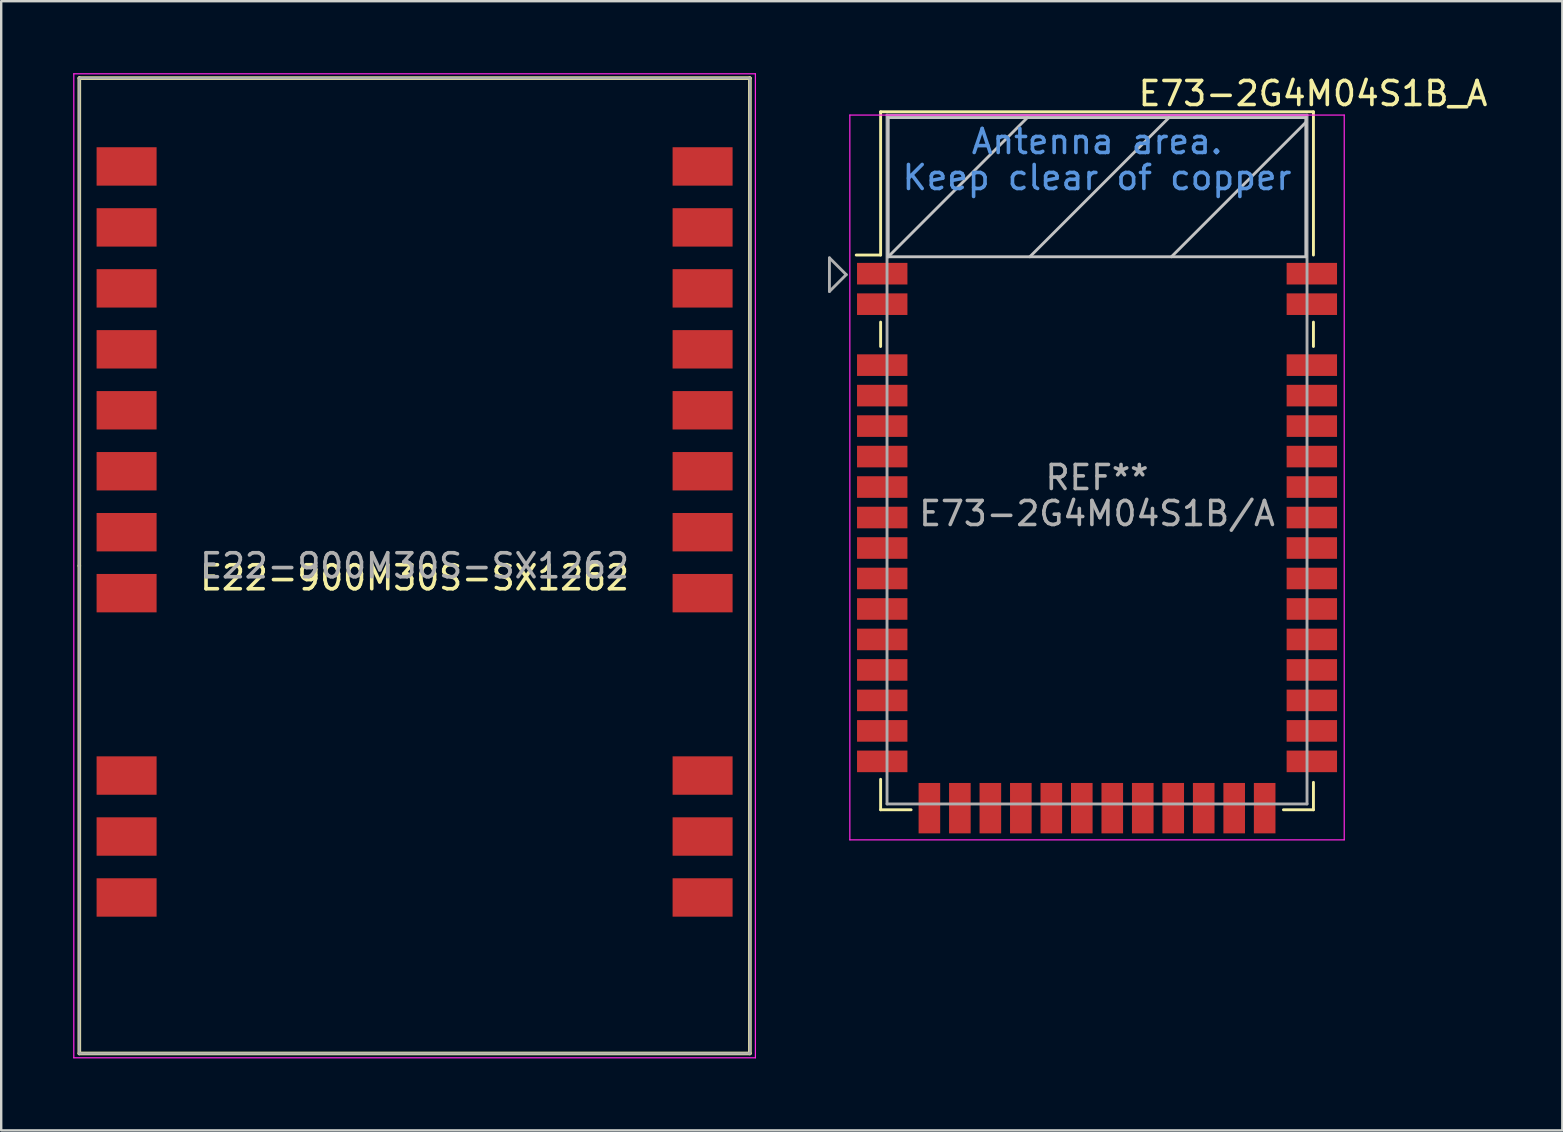
<source format=kicad_pcb>
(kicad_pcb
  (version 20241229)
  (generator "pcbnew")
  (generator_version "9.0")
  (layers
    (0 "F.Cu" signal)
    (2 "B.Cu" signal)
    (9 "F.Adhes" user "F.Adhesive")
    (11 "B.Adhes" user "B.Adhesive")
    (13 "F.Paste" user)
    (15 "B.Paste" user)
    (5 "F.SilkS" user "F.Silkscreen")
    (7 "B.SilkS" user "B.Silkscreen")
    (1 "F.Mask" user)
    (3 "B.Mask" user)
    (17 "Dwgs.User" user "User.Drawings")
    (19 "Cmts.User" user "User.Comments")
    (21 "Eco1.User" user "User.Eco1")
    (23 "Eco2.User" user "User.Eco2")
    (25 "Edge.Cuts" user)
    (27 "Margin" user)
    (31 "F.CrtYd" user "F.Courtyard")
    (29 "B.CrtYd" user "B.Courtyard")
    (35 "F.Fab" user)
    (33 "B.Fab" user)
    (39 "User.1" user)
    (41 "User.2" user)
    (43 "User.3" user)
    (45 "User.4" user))
  (footprint "E22-900M30S-SX1262"
    (layer "F.Cu")
    (at 14.225 20.525)
    (property "Reference" "E22-900M30S-SX1262" (at 0 0.5 0) (layer "F.SilkS") (effects (font (size 1 1) (thickness 0.15))))
    (attr smd)
    (fp_line (start -13.97 -20.32) (end -13.97 0) (stroke (width 0.15) (type solid)) (layer "F.SilkS"))
    (fp_line (start -13.97 0) (end -13.97 20.32) (stroke (width 0.15) (type solid)) (layer "F.SilkS"))
    (fp_line (start -13.97 20.32) (end 13.97 20.32) (stroke (width 0.15) (type solid)) (layer "F.SilkS"))
    (fp_line (start 13.97 -20.32) (end -13.97 -20.32) (stroke (width 0.15) (type solid)) (layer "F.SilkS"))
    (fp_line (start 13.97 20.32) (end 13.97 -20.32) (stroke (width 0.15) (type solid)) (layer "F.SilkS"))
    (fp_line (start -14.2 -20.5) (end 14.2 -20.5) (stroke (width 0.05) (type solid)) (layer "F.CrtYd"))
    (fp_line (start -14.2 20.5) (end -14.2 -20.5) (stroke (width 0.05) (type solid)) (layer "F.CrtYd"))
    (fp_line (start 14.2 -20.5) (end 14.2 20.5) (stroke (width 0.05) (type solid)) (layer "F.CrtYd"))
    (fp_line (start 14.2 20.5) (end -14.2 20.5) (stroke (width 0.05) (type solid)) (layer "F.CrtYd"))
    (fp_line (start -13.97 -20.32) (end -13.97 20.32) (stroke (width 0.1) (type solid)) (layer "F.Fab"))
    (fp_line (start -13.97 20.32) (end 13.97 20.32) (stroke (width 0.1) (type solid)) (layer "F.Fab"))
    (fp_line (start 13.97 -20.32) (end -13.97 -20.32) (stroke (width 0.1) (type solid)) (layer "F.Fab"))
    (fp_line (start 13.97 20.32) (end 13.97 -20.32) (stroke (width 0.1) (type solid)) (layer "F.Fab"))
    (fp_text user "${REFERENCE}" (at 0 0 0) (layer "F.Fab") (effects (font (size 1 1) (thickness 0.15))))
    (pad "1" smd rect (at 12 13.82) (size 2.5 1.6) (layers "F.Cu" "F.Mask" "F.Paste"))
    (pad "2" smd rect (at 12 11.28) (size 2.5 1.6) (layers "F.Cu" "F.Mask" "F.Paste"))
    (pad "3" smd rect (at 12 8.74) (size 2.5 1.6) (layers "F.Cu" "F.Mask" "F.Paste"))
    (pad "4" smd rect (at 12 1.14) (size 2.5 1.6) (layers "F.Cu" "F.Mask" "F.Paste"))
    (pad "5" smd rect (at 12 -1.4) (size 2.5 1.6) (layers "F.Cu" "F.Mask" "F.Paste"))
    (pad "6" smd rect (at 12 -3.94) (size 2.5 1.6) (layers "F.Cu" "F.Mask" "F.Paste"))
    (pad "7" smd rect (at 12 -6.48) (size 2.5 1.6) (layers "F.Cu" "F.Mask" "F.Paste"))
    (pad "8" smd rect (at 12 -9.02) (size 2.5 1.6) (layers "F.Cu" "F.Mask" "F.Paste"))
    (pad "9" smd rect (at 12 -11.56) (size 2.5 1.6) (layers "F.Cu" "F.Mask" "F.Paste"))
    (pad "10" smd rect (at 12 -14.1) (size 2.5 1.6) (layers "F.Cu" "F.Mask" "F.Paste"))
    (pad "11" smd rect (at 12 -16.64) (size 2.5 1.6) (layers "F.Cu" "F.Mask" "F.Paste"))
    (pad "12" smd rect (at -12 -16.64) (size 2.5 1.6) (layers "F.Cu" "F.Mask" "F.Paste"))
    (pad "13" smd rect (at -12 -14.1) (size 2.5 1.6) (layers "F.Cu" "F.Mask" "F.Paste"))
    (pad "14" smd rect (at -12 -11.56) (size 2.5 1.6) (layers "F.Cu" "F.Mask" "F.Paste"))
    (pad "15" smd rect (at -12 -9.02) (size 2.5 1.6) (layers "F.Cu" "F.Mask" "F.Paste"))
    (pad "16" smd rect (at -12 -6.48) (size 2.5 1.6) (layers "F.Cu" "F.Mask" "F.Paste"))
    (pad "17" smd rect (at -12 -3.94) (size 2.5 1.6) (layers "F.Cu" "F.Mask" "F.Paste"))
    (pad "18" smd rect (at -12 -1.4) (size 2.5 1.6) (layers "F.Cu" "F.Mask" "F.Paste"))
    (pad "19" smd rect (at -12 1.14) (size 2.5 1.6) (layers "F.Cu" "F.Mask" "F.Paste"))
    (pad "20" smd rect (at -12 8.74) (size 2.5 1.6) (layers "F.Cu" "F.Mask" "F.Paste"))
    (pad "21" smd rect (at -12 11.28) (size 2.5 1.6) (layers "F.Cu" "F.Mask" "F.Paste"))
    (pad "22" smd rect (at -12 13.82) (size 2.5 1.6) (layers "F.Cu" "F.Mask" "F.Paste")))
  (footprint "E73-2G4M04S1B_A"
    (layer "F.Cu")
    (at 42.66 16.844)
    (property "Reference" "E73-2G4M04S1B_A" (at 9 -15.996 180) (layer "F.SilkS") (effects (font (size 1 1) (thickness 0.15))))
    (attr smd)
    (fp_line (start -9.017 -15.236) (end 9.017 -15.236) (stroke (width 0.12) (type solid)) (layer "F.SilkS"))
    (fp_line (start -9.017 -9.267) (end -10.033 -9.267) (stroke (width 0.12) (type solid)) (layer "F.SilkS"))
    (fp_line (start -9.017 -9.267) (end -9.017 -15.236) (stroke (width 0.12) (type solid)) (layer "F.SilkS"))
    (fp_line (start -9.017 -6.473) (end -9.017 -5.457) (stroke (width 0.12) (type solid)) (layer "F.SilkS"))
    (fp_line (start -9.017 13.847) (end -9.017 12.577) (stroke (width 0.12) (type solid)) (layer "F.SilkS"))
    (fp_line (start -7.747 13.847) (end -9.017 13.847) (stroke (width 0.12) (type solid)) (layer "F.SilkS"))
    (fp_line (start 7.767 13.847) (end 9.017 13.847) (stroke (width 0.12) (type solid)) (layer "F.SilkS"))
    (fp_line (start 9.017 -15.236) (end 9.017 -9.267) (stroke (width 0.12) (type solid)) (layer "F.SilkS"))
    (fp_line (start 9.017 -6.473) (end 9.017 -5.457) (stroke (width 0.12) (type solid)) (layer "F.SilkS"))
    (fp_line (start 9.017 12.704) (end 9.017 13.847) (stroke (width 0.12) (type solid)) (layer "F.SilkS"))
    (fp_line (start -8.7 -14.996) (end -8.7 -9.196) (stroke (width 0.12) (type solid)) (layer "Dwgs.User"))
    (fp_line (start -8.7 -9.196) (end -2.9 -14.996) (stroke (width 0.12) (type solid)) (layer "Dwgs.User"))
    (fp_line (start -8.7 -9.196) (end 8.7 -9.196) (stroke (width 0.12) (type solid)) (layer "Dwgs.User"))
    (fp_line (start -2.8 -9.196) (end 3 -14.996) (stroke (width 0.12) (type solid)) (layer "Dwgs.User"))
    (fp_line (start 3.1 -9.196) (end 8.7 -14.796) (stroke (width 0.12) (type solid)) (layer "Dwgs.User"))
    (fp_line (start 8.7 -14.996) (end -8.7 -14.996) (stroke (width 0.12) (type solid)) (layer "Dwgs.User"))
    (fp_line (start 8.7 -9.196) (end 8.7 -14.996) (stroke (width 0.12) (type solid)) (layer "Dwgs.User"))
    (fp_line (start -10.3 15.1) (end -10.3 -15.1) (stroke (width 0.05) (type solid)) (layer "F.CrtYd"))
    (fp_line (start 10.3 -15.1) (end -10.3 -15.1) (stroke (width 0.05) (type solid)) (layer "F.CrtYd"))
    (fp_line (start 10.3 15.1) (end -10.3 15.1) (stroke (width 0.05) (type solid)) (layer "F.CrtYd"))
    (fp_line (start 10.3 15.1) (end 10.3 -15.1) (stroke (width 0.05) (type solid)) (layer "F.CrtYd"))
    (fp_line (start -11.15 -9.15) (end -10.45 -8.45) (stroke (width 0.12) (type solid)) (layer "F.Fab"))
    (fp_line (start -11.15 -7.75) (end -11.15 -9.15) (stroke (width 0.12) (type solid)) (layer "F.Fab"))
    (fp_line (start -10.45 -8.45) (end -11.15 -7.75) (stroke (width 0.12) (type solid)) (layer "F.Fab"))
    (fp_line (start -8.75 -15.096) (end -8.75 13.604) (stroke (width 0.12) (type solid)) (layer "F.Fab"))
    (fp_line (start -8.75 -15.096) (end 8.75 -15.096) (stroke (width 0.12) (type solid)) (layer "F.Fab"))
    (fp_line (start -8.75 13.604) (end 8.75 13.604) (stroke (width 0.12) (type solid)) (layer "F.Fab"))
    (fp_line (start 8.75 -15.096) (end 8.75 13.604) (stroke (width 0.12) (type solid)) (layer "F.Fab"))
    (fp_text user "Antenna area." (at 0 -13.996 0) (layer "Cmts.User") (effects (font (size 1 1) (thickness 0.15))))
    (fp_text user "Keep clear of copper" (at 0 -12.496 0) (layer "Cmts.User") (effects (font (size 1 1) (thickness 0.15))))
    (fp_text user "E73-2G4M04S1B/A" (at 0 1.504 0) (layer "F.Fab") (effects (font (size 1 1) (thickness 0.15))))
    (fp_text user "REF**" (at 0 0.004 0) (layer "F.Fab") (effects (font (size 1 1) (thickness 0.15))))
    (pad "1" smd rect (at -8.95 -8.49 270) (size 0.9 2.1) (layers "F.Cu" "F.Mask" "F.Paste"))
    (pad "2" smd rect (at -8.95 -7.22 270) (size 0.9 2.1) (layers "F.Cu" "F.Mask" "F.Paste"))
    (pad "3" smd rect (at -8.95 -4.68 270) (size 0.9 2.1) (layers "F.Cu" "F.Mask" "F.Paste"))
    (pad "4" smd rect (at -8.95 -3.41 270) (size 0.9 2.1) (layers "F.Cu" "F.Mask" "F.Paste"))
    (pad "5" smd rect (at -8.95 -2.14 270) (size 0.9 2.1) (layers "F.Cu" "F.Mask" "F.Paste"))
    (pad "6" smd rect (at -8.95 -0.87 270) (size 0.9 2.1) (layers "F.Cu" "F.Mask" "F.Paste"))
    (pad "7" smd rect (at -8.95 0.4 270) (size 0.9 2.1) (layers "F.Cu" "F.Mask" "F.Paste"))
    (pad "8" smd rect (at -8.95 1.67 270) (size 0.9 2.1) (layers "F.Cu" "F.Mask" "F.Paste"))
    (pad "9" smd rect (at -8.95 2.94 270) (size 0.9 2.1) (layers "F.Cu" "F.Mask" "F.Paste"))
    (pad "10" smd rect (at -8.95 4.21 270) (size 0.9 2.1) (layers "F.Cu" "F.Mask" "F.Paste"))
    (pad "11" smd rect (at -8.95 5.48 270) (size 0.9 2.1) (layers "F.Cu" "F.Mask" "F.Paste"))
    (pad "12" smd rect (at -8.95 6.75 270) (size 0.9 2.1) (layers "F.Cu" "F.Mask" "F.Paste"))
    (pad "13" smd rect (at -8.95 8.02 270) (size 0.9 2.1) (layers "F.Cu" "F.Mask" "F.Paste"))
    (pad "14" smd rect (at -8.95 9.29 270) (size 0.9 2.1) (layers "F.Cu" "F.Mask" "F.Paste"))
    (pad "15" smd rect (at -8.95 10.56 270) (size 0.9 2.1) (layers "F.Cu" "F.Mask" "F.Paste"))
    (pad "16" smd rect (at -8.95 11.83 270) (size 0.9 2.1) (layers "F.Cu" "F.Mask" "F.Paste"))
    (pad "17" smd rect (at -6.985 13.78 180) (size 0.9 2.1) (layers "F.Cu" "F.Mask" "F.Paste"))
    (pad "18" smd rect (at -5.715 13.78 180) (size 0.9 2.1) (layers "F.Cu" "F.Mask" "F.Paste"))
    (pad "19" smd rect (at -4.445 13.78 180) (size 0.9 2.1) (layers "F.Cu" "F.Mask" "F.Paste"))
    (pad "20" smd rect (at -3.175 13.78 180) (size 0.9 2.1) (layers "F.Cu" "F.Mask" "F.Paste"))
    (pad "21" smd rect (at -1.905 13.78) (size 0.9 2.1) (layers "F.Cu" "F.Mask" "F.Paste"))
    (pad "22" smd rect (at -0.635 13.78 180) (size 0.9 2.1) (layers "F.Cu" "F.Mask" "F.Paste"))
    (pad "23" smd rect (at 0.635 13.78 180) (size 0.9 2.1) (layers "F.Cu" "F.Mask" "F.Paste"))
    (pad "24" smd rect (at 1.905 13.78 180) (size 0.9 2.1) (layers "F.Cu" "F.Mask" "F.Paste"))
    (pad "25" smd rect (at 3.175 13.78) (size 0.9 2.1) (layers "F.Cu" "F.Mask" "F.Paste"))
    (pad "26" smd rect (at 4.445 13.78) (size 0.9 2.1) (layers "F.Cu" "F.Mask" "F.Paste"))
    (pad "27" smd rect (at 5.715 13.78 180) (size 0.9 2.1) (layers "F.Cu" "F.Mask" "F.Paste"))
    (pad "28" smd rect (at 6.985 13.78 180) (size 0.9 2.1) (layers "F.Cu" "F.Mask" "F.Paste"))
    (pad "29" smd rect (at 8.95 11.83 90) (size 0.9 2.1) (layers "F.Cu" "F.Mask" "F.Paste"))
    (pad "30" smd rect (at 8.95 10.56 90) (size 0.9 2.1) (layers "F.Cu" "F.Mask" "F.Paste"))
    (pad "31" smd rect (at 8.95 9.29 90) (size 0.9 2.1) (layers "F.Cu" "F.Mask" "F.Paste"))
    (pad "32" smd rect (at 8.95 8.02 90) (size 0.9 2.1) (layers "F.Cu" "F.Mask" "F.Paste"))
    (pad "33" smd rect (at 8.95 6.75 90) (size 0.9 2.1) (layers "F.Cu" "F.Mask" "F.Paste"))
    (pad "34" smd rect (at 8.95 5.48 90) (size 0.9 2.1) (layers "F.Cu" "F.Mask" "F.Paste"))
    (pad "35" smd rect (at 8.95 4.21 90) (size 0.9 2.1) (layers "F.Cu" "F.Mask" "F.Paste"))
    (pad "36" smd rect (at 8.95 2.94 90) (size 0.9 2.1) (layers "F.Cu" "F.Mask" "F.Paste"))
    (pad "37" smd rect (at 8.95 1.67 90) (size 0.9 2.1) (layers "F.Cu" "F.Mask" "F.Paste"))
    (pad "38" smd rect (at 8.95 0.4 90) (size 0.9 2.1) (layers "F.Cu" "F.Mask" "F.Paste"))
    (pad "39" smd rect (at 8.95 -0.87 90) (size 0.9 2.1) (layers "F.Cu" "F.Mask" "F.Paste"))
    (pad "40" smd rect (at 8.95 -2.14 90) (size 0.9 2.1) (layers "F.Cu" "F.Mask" "F.Paste"))
    (pad "41" smd rect (at 8.95 -3.41 90) (size 0.9 2.1) (layers "F.Cu" "F.Mask" "F.Paste"))
    (pad "42" smd rect (at 8.95 -4.68 90) (size 0.9 2.1) (layers "F.Cu" "F.Mask" "F.Paste"))
    (pad "43" smd rect (at 8.95 -7.22 90) (size 0.9 2.1) (layers "F.Cu" "F.Mask" "F.Paste"))
    (pad "44" smd rect (at 8.95 -8.49 90) (size 0.9 2.1) (layers "F.Cu" "F.Mask" "F.Paste")))
  (gr_rect
    (start -3 -3)
    (end 62.047 44.05)
    (stroke (width 0.1) (type default))
    (fill no)
    (layer "Edge.Cuts")))
</source>
